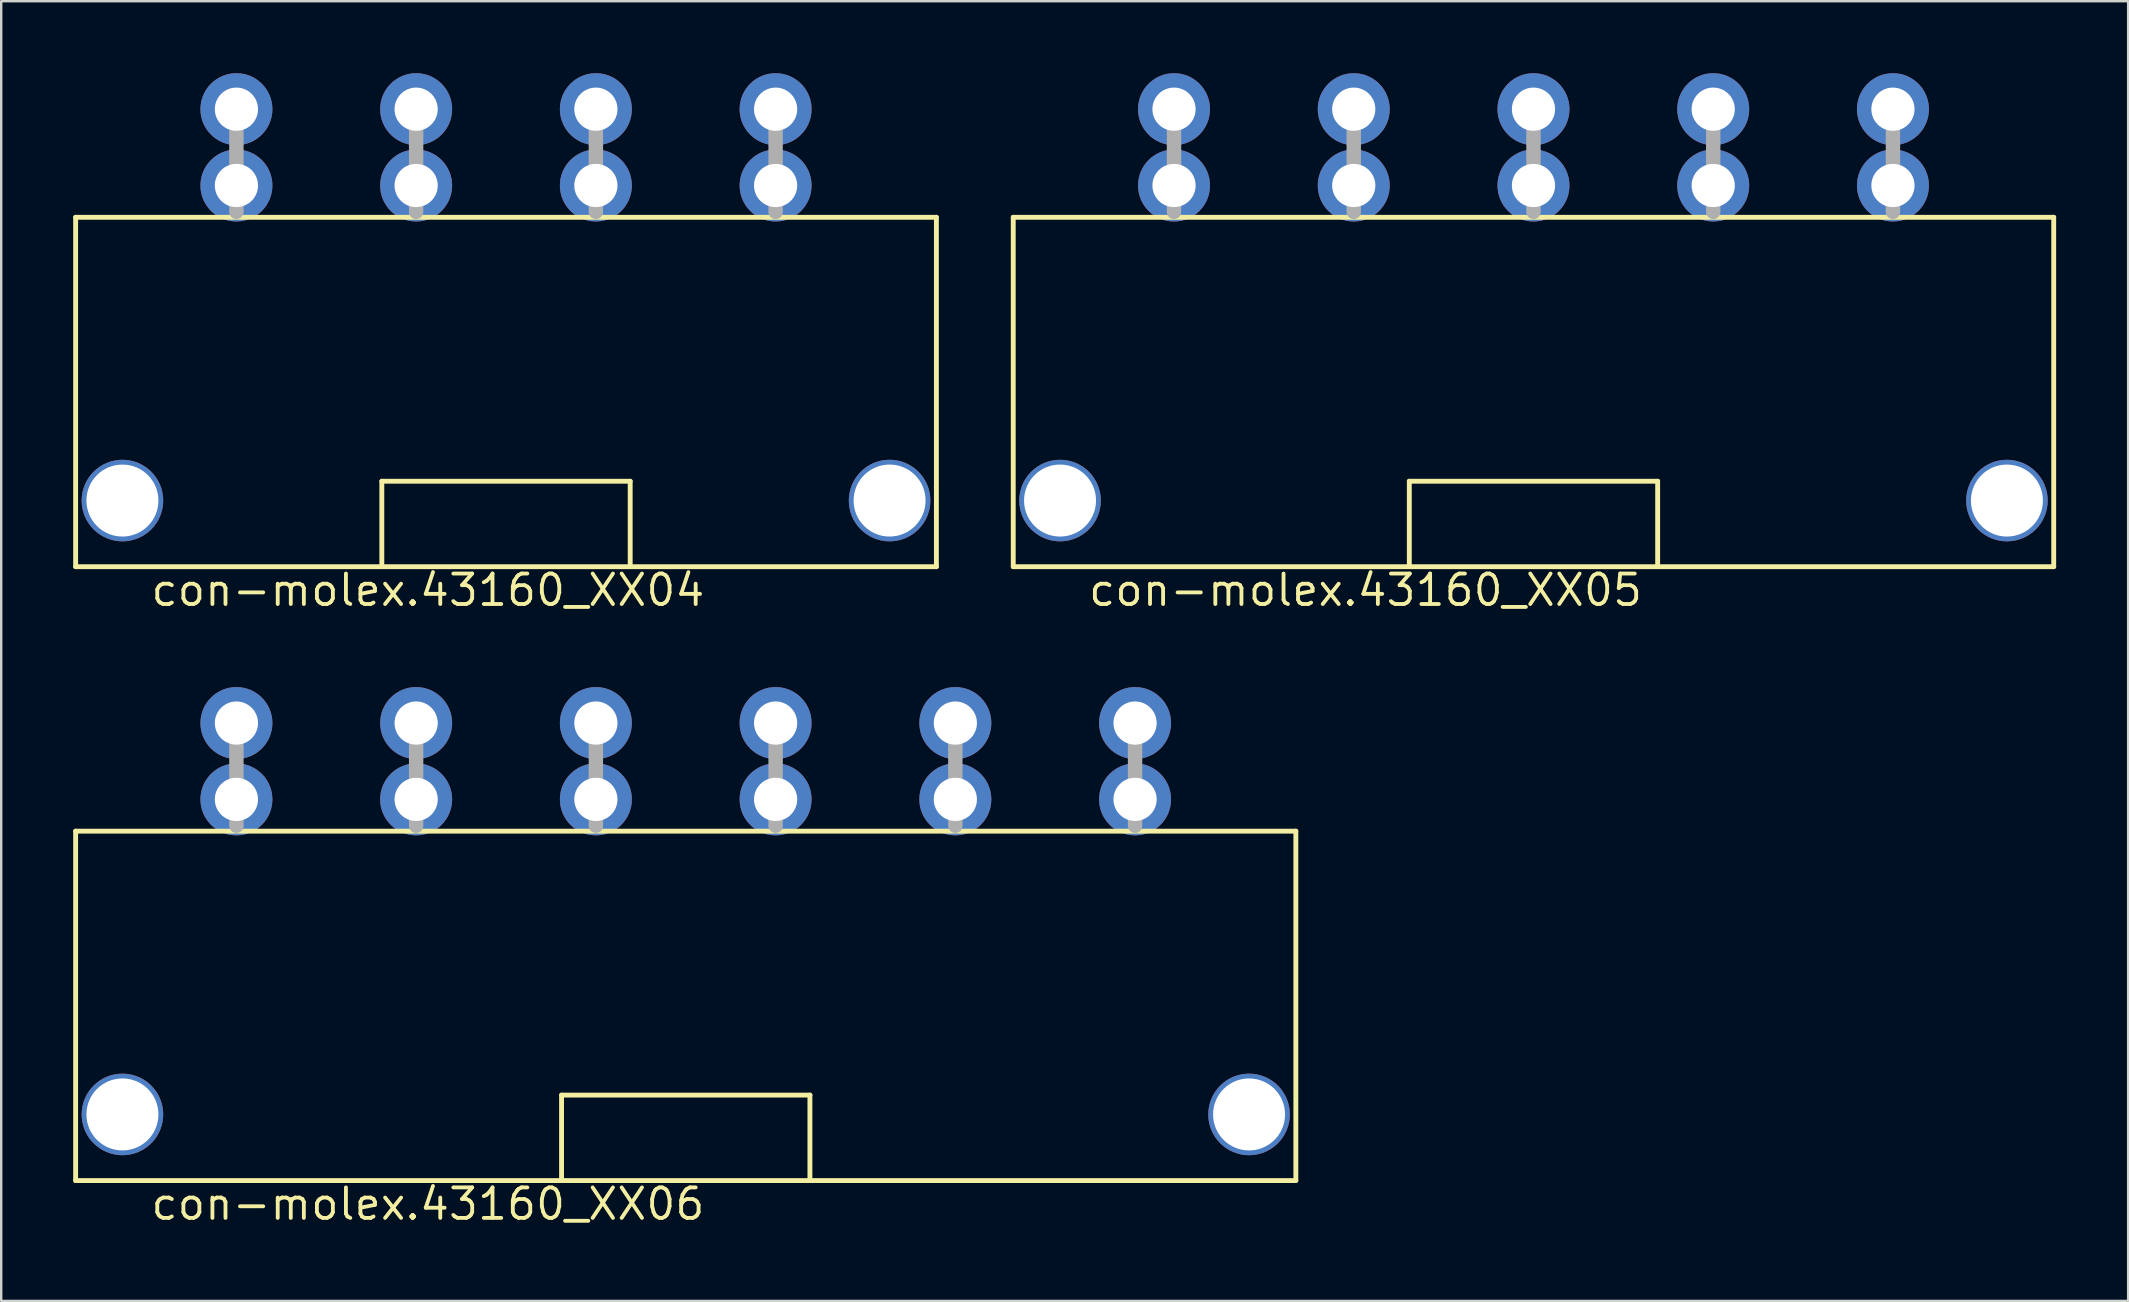
<source format=kicad_pcb>
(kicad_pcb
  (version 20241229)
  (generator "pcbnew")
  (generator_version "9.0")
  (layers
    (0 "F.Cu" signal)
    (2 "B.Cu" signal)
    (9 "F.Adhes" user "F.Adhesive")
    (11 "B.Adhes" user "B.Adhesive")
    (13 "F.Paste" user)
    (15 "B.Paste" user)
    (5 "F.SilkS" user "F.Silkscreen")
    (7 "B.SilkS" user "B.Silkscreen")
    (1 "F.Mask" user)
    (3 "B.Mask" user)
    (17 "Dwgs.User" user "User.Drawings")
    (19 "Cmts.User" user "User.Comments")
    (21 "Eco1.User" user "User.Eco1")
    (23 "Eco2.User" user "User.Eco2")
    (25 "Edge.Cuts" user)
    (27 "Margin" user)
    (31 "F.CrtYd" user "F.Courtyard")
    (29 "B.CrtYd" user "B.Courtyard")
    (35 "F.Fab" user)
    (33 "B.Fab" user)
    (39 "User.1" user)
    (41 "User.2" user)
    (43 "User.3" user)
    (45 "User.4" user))
  (footprint "con-molex.43160_XX04"
    (layer "F.Cu")
    (at 18.037 4.68)
    (property "Reference" "con-molex.43160_XX04" (at -14.88 17.605 0) (layer "F.SilkS") (effects (font (size 1.27 1.27) (thickness 0.16)) (justify left bottom)))
    (attr through_hole)
    (fp_line (start -17.935 1.325) (end 17.935 1.325) (stroke (width 0.203) (type default)) (layer "F.SilkS"))
    (fp_line (start -17.935 15.885) (end -17.935 1.325) (stroke (width 0.203) (type default)) (layer "F.SilkS"))
    (fp_line (start -17.935 15.885) (end 17.935 15.885) (stroke (width 0.203) (type default)) (layer "F.SilkS"))
    (fp_line (start -5.175 12.325) (end 5.175 12.325) (stroke (width 0.203) (type default)) (layer "F.SilkS"))
    (fp_line (start -5.175 15.8) (end -5.175 12.325) (stroke (width 0.203) (type default)) (layer "F.SilkS"))
    (fp_line (start 5.175 12.325) (end 5.175 15.85) (stroke (width 0.203) (type default)) (layer "F.SilkS"))
    (fp_line (start 17.935 1.325) (end 17.935 15.885) (stroke (width 0.203) (type default)) (layer "F.SilkS"))
    (fp_line (start -11.235 -3.745) (end -11.235 1.1) (stroke (width 0.6) (type default)) (layer "F.Fab"))
    (fp_line (start -3.745 -3.745) (end -3.745 1.1) (stroke (width 0.6) (type default)) (layer "F.Fab"))
    (fp_line (start 3.745 -3.745) (end 3.745 1.1) (stroke (width 0.6) (type default)) (layer "F.Fab"))
    (fp_line (start 11.235 -3.745) (end 11.235 1.1) (stroke (width 0.6) (type default)) (layer "F.Fab"))
    (pad "1@1" thru_hole circle (at -11.235 0) (size 3 3) (drill 1.8) (layers "*.Cu" "*.Mask"))
    (pad "1@2" thru_hole circle (at -11.235 -3.18) (size 3 3) (drill 1.8) (layers "*.Cu" "*.Mask"))
    (pad "2@1" thru_hole circle (at -3.745 0) (size 3 3) (drill 1.8) (layers "*.Cu" "*.Mask"))
    (pad "2@2" thru_hole circle (at -3.745 -3.18) (size 3 3) (drill 1.8) (layers "*.Cu" "*.Mask"))
    (pad "3@1" thru_hole circle (at 3.745 0) (size 3 3) (drill 1.8) (layers "*.Cu" "*.Mask"))
    (pad "3@2" thru_hole circle (at 3.745 -3.18) (size 3 3) (drill 1.8) (layers "*.Cu" "*.Mask"))
    (pad "4@1" thru_hole circle (at 11.235 0) (size 3 3) (drill 1.8) (layers "*.Cu" "*.Mask"))
    (pad "4@2" thru_hole circle (at 11.235 -3.18) (size 3 3) (drill 1.8) (layers "*.Cu" "*.Mask"))
    (pad "M1" thru_hole circle (at -15.985 13.13) (size 3.4 3.4) (drill 3) (layers "*.Cu" "*.Mask"))
    (pad "M2" thru_hole circle (at 15.985 13.13) (size 3.4 3.4) (drill 3) (layers "*.Cu" "*.Mask")))
  (footprint "con-molex.43160_XX06"
    (layer "F.Cu")
    (at 25.527 30.262)
    (property "Reference" "con-molex.43160_XX06" (at -22.37 17.605 0) (layer "F.SilkS") (effects (font (size 1.27 1.27) (thickness 0.16)) (justify left bottom)))
    (attr through_hole)
    (fp_line (start -25.425 1.325) (end 25.425 1.325) (stroke (width 0.203) (type default)) (layer "F.SilkS"))
    (fp_line (start -25.425 15.885) (end -25.425 1.325) (stroke (width 0.203) (type default)) (layer "F.SilkS"))
    (fp_line (start -25.425 15.885) (end 25.425 15.885) (stroke (width 0.203) (type default)) (layer "F.SilkS"))
    (fp_line (start -5.175 12.325) (end 5.175 12.325) (stroke (width 0.203) (type default)) (layer "F.SilkS"))
    (fp_line (start -5.175 15.8) (end -5.175 12.325) (stroke (width 0.203) (type default)) (layer "F.SilkS"))
    (fp_line (start 5.175 12.325) (end 5.175 15.85) (stroke (width 0.203) (type default)) (layer "F.SilkS"))
    (fp_line (start 25.425 1.325) (end 25.425 15.885) (stroke (width 0.203) (type default)) (layer "F.SilkS"))
    (fp_line (start -18.725 -3.745) (end -18.725 1.1) (stroke (width 0.6) (type default)) (layer "F.Fab"))
    (fp_line (start -11.235 -3.745) (end -11.235 1.1) (stroke (width 0.6) (type default)) (layer "F.Fab"))
    (fp_line (start -3.745 -3.745) (end -3.745 1.1) (stroke (width 0.6) (type default)) (layer "F.Fab"))
    (fp_line (start 3.745 -3.745) (end 3.745 1.1) (stroke (width 0.6) (type default)) (layer "F.Fab"))
    (fp_line (start 11.235 -3.745) (end 11.235 1.1) (stroke (width 0.6) (type default)) (layer "F.Fab"))
    (fp_line (start 18.725 -3.745) (end 18.725 1.1) (stroke (width 0.6) (type default)) (layer "F.Fab"))
    (pad "1@1" thru_hole circle (at -18.725 0) (size 3 3) (drill 1.8) (layers "*.Cu" "*.Mask"))
    (pad "1@2" thru_hole circle (at -18.725 -3.18) (size 3 3) (drill 1.8) (layers "*.Cu" "*.Mask"))
    (pad "2@1" thru_hole circle (at -11.235 0) (size 3 3) (drill 1.8) (layers "*.Cu" "*.Mask"))
    (pad "2@2" thru_hole circle (at -11.235 -3.18) (size 3 3) (drill 1.8) (layers "*.Cu" "*.Mask"))
    (pad "3@1" thru_hole circle (at -3.745 0) (size 3 3) (drill 1.8) (layers "*.Cu" "*.Mask"))
    (pad "3@2" thru_hole circle (at -3.745 -3.18) (size 3 3) (drill 1.8) (layers "*.Cu" "*.Mask"))
    (pad "4@1" thru_hole circle (at 3.745 0) (size 3 3) (drill 1.8) (layers "*.Cu" "*.Mask"))
    (pad "4@2" thru_hole circle (at 3.745 -3.18) (size 3 3) (drill 1.8) (layers "*.Cu" "*.Mask"))
    (pad "5@1" thru_hole circle (at 11.235 0) (size 3 3) (drill 1.8) (layers "*.Cu" "*.Mask"))
    (pad "5@2" thru_hole circle (at 11.235 -3.18) (size 3 3) (drill 1.8) (layers "*.Cu" "*.Mask"))
    (pad "6@1" thru_hole circle (at 18.725 0) (size 3 3) (drill 1.8) (layers "*.Cu" "*.Mask"))
    (pad "6@2" thru_hole circle (at 18.725 -3.18) (size 3 3) (drill 1.8) (layers "*.Cu" "*.Mask"))
    (pad "M1" thru_hole circle (at -23.475 13.13) (size 3.4 3.4) (drill 3) (layers "*.Cu" "*.Mask"))
    (pad "M2" thru_hole circle (at 23.475 13.13) (size 3.4 3.4) (drill 3) (layers "*.Cu" "*.Mask")))
  (footprint "con-molex.43160_XX05"
    (layer "F.Cu")
    (at 60.855 4.68)
    (property "Reference" "con-molex.43160_XX05" (at -18.625 17.605 0) (layer "F.SilkS") (effects (font (size 1.27 1.27) (thickness 0.16)) (justify left bottom)))
    (attr through_hole)
    (fp_line (start -21.68 1.325) (end 21.68 1.325) (stroke (width 0.203) (type default)) (layer "F.SilkS"))
    (fp_line (start -21.68 15.885) (end -21.68 1.325) (stroke (width 0.203) (type default)) (layer "F.SilkS"))
    (fp_line (start -21.68 15.885) (end 21.68 15.885) (stroke (width 0.203) (type default)) (layer "F.SilkS"))
    (fp_line (start -5.175 12.325) (end 5.175 12.325) (stroke (width 0.203) (type default)) (layer "F.SilkS"))
    (fp_line (start -5.175 15.8) (end -5.175 12.325) (stroke (width 0.203) (type default)) (layer "F.SilkS"))
    (fp_line (start 5.175 12.325) (end 5.175 15.85) (stroke (width 0.203) (type default)) (layer "F.SilkS"))
    (fp_line (start 21.68 1.325) (end 21.68 15.885) (stroke (width 0.203) (type default)) (layer "F.SilkS"))
    (fp_line (start -14.98 -3.745) (end -14.98 1.1) (stroke (width 0.6) (type default)) (layer "F.Fab"))
    (fp_line (start -7.49 -3.745) (end -7.49 1.1) (stroke (width 0.6) (type default)) (layer "F.Fab"))
    (fp_line (start 0 -3.745) (end 0 1.1) (stroke (width 0.6) (type default)) (layer "F.Fab"))
    (fp_line (start 7.49 -3.745) (end 7.49 1.1) (stroke (width 0.6) (type default)) (layer "F.Fab"))
    (fp_line (start 14.98 -3.745) (end 14.98 1.1) (stroke (width 0.6) (type default)) (layer "F.Fab"))
    (pad "1@1" thru_hole circle (at -14.98 0) (size 3 3) (drill 1.8) (layers "*.Cu" "*.Mask"))
    (pad "1@2" thru_hole circle (at -14.98 -3.18) (size 3 3) (drill 1.8) (layers "*.Cu" "*.Mask"))
    (pad "2@1" thru_hole circle (at -7.49 0) (size 3 3) (drill 1.8) (layers "*.Cu" "*.Mask"))
    (pad "2@2" thru_hole circle (at -7.49 -3.18) (size 3 3) (drill 1.8) (layers "*.Cu" "*.Mask"))
    (pad "3@1" thru_hole circle (at 0 0) (size 3 3) (drill 1.8) (layers "*.Cu" "*.Mask"))
    (pad "3@2" thru_hole circle (at 0 -3.18) (size 3 3) (drill 1.8) (layers "*.Cu" "*.Mask"))
    (pad "4@1" thru_hole circle (at 7.49 0) (size 3 3) (drill 1.8) (layers "*.Cu" "*.Mask"))
    (pad "4@2" thru_hole circle (at 7.49 -3.18) (size 3 3) (drill 1.8) (layers "*.Cu" "*.Mask"))
    (pad "5@1" thru_hole circle (at 14.98 0) (size 3 3) (drill 1.8) (layers "*.Cu" "*.Mask"))
    (pad "5@2" thru_hole circle (at 14.98 -3.18) (size 3 3) (drill 1.8) (layers "*.Cu" "*.Mask"))
    (pad "M1" thru_hole circle (at -19.73 13.13) (size 3.4 3.4) (drill 3) (layers "*.Cu" "*.Mask"))
    (pad "M2" thru_hole circle (at 19.73 13.13) (size 3.4 3.4) (drill 3) (layers "*.Cu" "*.Mask")))
  (gr_rect
    (start -3 -3)
    (end 85.636 51.165)
    (stroke (width 0.1) (type default))
    (fill no)
    (layer "Edge.Cuts")))
</source>
